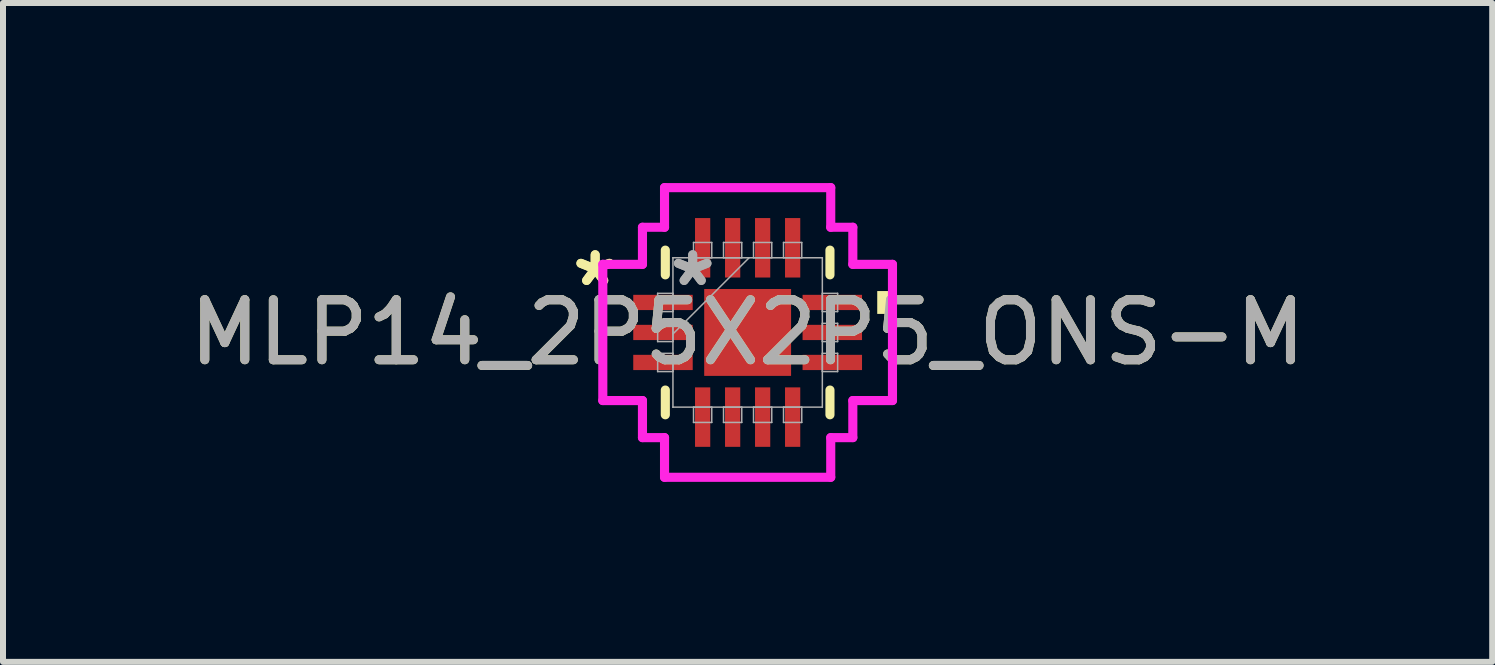
<source format=kicad_pcb>
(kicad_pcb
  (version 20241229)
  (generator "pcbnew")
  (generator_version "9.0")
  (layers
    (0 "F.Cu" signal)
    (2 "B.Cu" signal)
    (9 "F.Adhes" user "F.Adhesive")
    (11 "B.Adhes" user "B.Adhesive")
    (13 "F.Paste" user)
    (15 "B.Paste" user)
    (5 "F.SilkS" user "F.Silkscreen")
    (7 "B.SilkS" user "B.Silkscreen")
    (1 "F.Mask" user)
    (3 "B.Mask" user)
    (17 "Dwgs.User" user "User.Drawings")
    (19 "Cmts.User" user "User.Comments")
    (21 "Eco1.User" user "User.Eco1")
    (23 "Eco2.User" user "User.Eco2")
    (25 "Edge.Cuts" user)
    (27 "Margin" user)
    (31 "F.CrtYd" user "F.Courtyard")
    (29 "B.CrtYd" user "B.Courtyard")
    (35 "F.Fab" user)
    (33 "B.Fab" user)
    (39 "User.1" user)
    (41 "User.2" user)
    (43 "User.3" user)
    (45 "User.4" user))
  (footprint "MLP14_2P5X2P5_ONS-M"
    (layer "F.Cu")
    (at 9.411 2.491)
    (property "Reference" "MLP14_2P5X2P5_ONS-M" (at 0 0 0) (unlocked yes) (layer "F.SilkS") (effects (font (size 1 1) (thickness 0.15))))
    (attr smd)
    (fp_line (start -1.372 -1.372) (end -1.372 -0.96) (stroke (width 0.152) (type solid)) (layer "F.SilkS"))
    (fp_line (start -1.372 0.96) (end -1.372 1.372) (stroke (width 0.152) (type solid)) (layer "F.SilkS"))
    (fp_line (start 1.372 -0.96) (end 1.372 -1.372) (stroke (width 0.152) (type solid)) (layer "F.SilkS"))
    (fp_line (start 1.372 1.372) (end 1.372 0.96) (stroke (width 0.152) (type solid)) (layer "F.SilkS"))
    (fp_poly (pts (xy 2.414 -0.69) (xy 2.414 -0.309) (xy 2.16 -0.309) (xy 2.16 -0.69)) (stroke (width 0) (type solid)) (fill yes) (layer "F.SilkS"))
    (fp_line (start -2.414 -1.135) (end -1.753 -1.135) (stroke (width 0.152) (type solid)) (layer "F.CrtYd"))
    (fp_line (start -2.414 1.135) (end -2.414 -1.135) (stroke (width 0.152) (type solid)) (layer "F.CrtYd"))
    (fp_line (start -1.753 -1.753) (end -1.385 -1.753) (stroke (width 0.152) (type solid)) (layer "F.CrtYd"))
    (fp_line (start -1.753 -1.135) (end -1.753 -1.753) (stroke (width 0.152) (type solid)) (layer "F.CrtYd"))
    (fp_line (start -1.753 1.135) (end -2.414 1.135) (stroke (width 0.152) (type solid)) (layer "F.CrtYd"))
    (fp_line (start -1.753 1.753) (end -1.753 1.135) (stroke (width 0.152) (type solid)) (layer "F.CrtYd"))
    (fp_line (start -1.385 -2.414) (end 1.385 -2.414) (stroke (width 0.152) (type solid)) (layer "F.CrtYd"))
    (fp_line (start -1.385 -1.753) (end -1.385 -2.414) (stroke (width 0.152) (type solid)) (layer "F.CrtYd"))
    (fp_line (start -1.385 1.753) (end -1.753 1.753) (stroke (width 0.152) (type solid)) (layer "F.CrtYd"))
    (fp_line (start -1.385 2.414) (end -1.385 1.753) (stroke (width 0.152) (type solid)) (layer "F.CrtYd"))
    (fp_line (start 1.385 -2.414) (end 1.385 -1.753) (stroke (width 0.152) (type solid)) (layer "F.CrtYd"))
    (fp_line (start 1.385 -1.753) (end 1.753 -1.753) (stroke (width 0.152) (type solid)) (layer "F.CrtYd"))
    (fp_line (start 1.385 1.753) (end 1.385 2.414) (stroke (width 0.152) (type solid)) (layer "F.CrtYd"))
    (fp_line (start 1.385 2.414) (end -1.385 2.414) (stroke (width 0.152) (type solid)) (layer "F.CrtYd"))
    (fp_line (start 1.753 -1.753) (end 1.753 -1.135) (stroke (width 0.152) (type solid)) (layer "F.CrtYd"))
    (fp_line (start 1.753 -1.135) (end 2.414 -1.135) (stroke (width 0.152) (type solid)) (layer "F.CrtYd"))
    (fp_line (start 1.753 1.135) (end 1.753 1.753) (stroke (width 0.152) (type solid)) (layer "F.CrtYd"))
    (fp_line (start 1.753 1.753) (end 1.385 1.753) (stroke (width 0.152) (type solid)) (layer "F.CrtYd"))
    (fp_line (start 2.414 -1.135) (end 2.414 1.135) (stroke (width 0.152) (type solid)) (layer "F.CrtYd"))
    (fp_line (start 2.414 1.135) (end 1.753 1.135) (stroke (width 0.152) (type solid)) (layer "F.CrtYd"))
    (fp_line (start -1.5 -0.652) (end -1.5 -0.348) (stroke (width 0.025) (type solid)) (layer "F.Fab"))
    (fp_line (start -1.5 -0.348) (end -1.245 -0.348) (stroke (width 0.025) (type solid)) (layer "F.Fab"))
    (fp_line (start -1.5 -0.152) (end -1.5 0.152) (stroke (width 0.025) (type solid)) (layer "F.Fab"))
    (fp_line (start -1.5 0.152) (end -1.245 0.152) (stroke (width 0.025) (type solid)) (layer "F.Fab"))
    (fp_line (start -1.5 0.348) (end -1.5 0.652) (stroke (width 0.025) (type solid)) (layer "F.Fab"))
    (fp_line (start -1.5 0.652) (end -1.245 0.652) (stroke (width 0.025) (type solid)) (layer "F.Fab"))
    (fp_line (start -1.245 -1.245) (end -1.245 -1.245) (stroke (width 0.025) (type solid)) (layer "F.Fab"))
    (fp_line (start -1.245 -1.245) (end -1.245 1.245) (stroke (width 0.025) (type solid)) (layer "F.Fab"))
    (fp_line (start -1.245 -0.652) (end -1.5 -0.652) (stroke (width 0.025) (type solid)) (layer "F.Fab"))
    (fp_line (start -1.245 -0.348) (end -1.245 -0.652) (stroke (width 0.025) (type solid)) (layer "F.Fab"))
    (fp_line (start -1.245 -0.152) (end -1.5 -0.152) (stroke (width 0.025) (type solid)) (layer "F.Fab"))
    (fp_line (start -1.245 0.025) (end 0.025 -1.245) (stroke (width 0.025) (type solid)) (layer "F.Fab"))
    (fp_line (start -1.245 0.152) (end -1.245 -0.152) (stroke (width 0.025) (type solid)) (layer "F.Fab"))
    (fp_line (start -1.245 0.348) (end -1.5 0.348) (stroke (width 0.025) (type solid)) (layer "F.Fab"))
    (fp_line (start -1.245 0.652) (end -1.245 0.348) (stroke (width 0.025) (type solid)) (layer "F.Fab"))
    (fp_line (start -1.245 1.245) (end -1.245 1.245) (stroke (width 0.025) (type solid)) (layer "F.Fab"))
    (fp_line (start -1.245 1.245) (end 1.245 1.245) (stroke (width 0.025) (type solid)) (layer "F.Fab"))
    (fp_line (start -0.902 -1.5) (end -0.902 -1.245) (stroke (width 0.025) (type solid)) (layer "F.Fab"))
    (fp_line (start -0.902 -1.245) (end -0.598 -1.245) (stroke (width 0.025) (type solid)) (layer "F.Fab"))
    (fp_line (start -0.902 1.245) (end -0.902 1.5) (stroke (width 0.025) (type solid)) (layer "F.Fab"))
    (fp_line (start -0.902 1.5) (end -0.598 1.5) (stroke (width 0.025) (type solid)) (layer "F.Fab"))
    (fp_line (start -0.598 -1.5) (end -0.902 -1.5) (stroke (width 0.025) (type solid)) (layer "F.Fab"))
    (fp_line (start -0.598 -1.245) (end -0.598 -1.5) (stroke (width 0.025) (type solid)) (layer "F.Fab"))
    (fp_line (start -0.598 1.245) (end -0.902 1.245) (stroke (width 0.025) (type solid)) (layer "F.Fab"))
    (fp_line (start -0.598 1.5) (end -0.598 1.245) (stroke (width 0.025) (type solid)) (layer "F.Fab"))
    (fp_line (start -0.402 -1.5) (end -0.402 -1.245) (stroke (width 0.025) (type solid)) (layer "F.Fab"))
    (fp_line (start -0.402 -1.245) (end -0.098 -1.245) (stroke (width 0.025) (type solid)) (layer "F.Fab"))
    (fp_line (start -0.402 1.245) (end -0.402 1.5) (stroke (width 0.025) (type solid)) (layer "F.Fab"))
    (fp_line (start -0.402 1.5) (end -0.098 1.5) (stroke (width 0.025) (type solid)) (layer "F.Fab"))
    (fp_line (start -0.098 -1.5) (end -0.402 -1.5) (stroke (width 0.025) (type solid)) (layer "F.Fab"))
    (fp_line (start -0.098 -1.245) (end -0.098 -1.5) (stroke (width 0.025) (type solid)) (layer "F.Fab"))
    (fp_line (start -0.098 1.245) (end -0.402 1.245) (stroke (width 0.025) (type solid)) (layer "F.Fab"))
    (fp_line (start -0.098 1.5) (end -0.098 1.245) (stroke (width 0.025) (type solid)) (layer "F.Fab"))
    (fp_line (start 0.098 -1.5) (end 0.098 -1.245) (stroke (width 0.025) (type solid)) (layer "F.Fab"))
    (fp_line (start 0.098 -1.245) (end 0.402 -1.245) (stroke (width 0.025) (type solid)) (layer "F.Fab"))
    (fp_line (start 0.098 1.245) (end 0.098 1.5) (stroke (width 0.025) (type solid)) (layer "F.Fab"))
    (fp_line (start 0.098 1.5) (end 0.402 1.5) (stroke (width 0.025) (type solid)) (layer "F.Fab"))
    (fp_line (start 0.402 -1.5) (end 0.098 -1.5) (stroke (width 0.025) (type solid)) (layer "F.Fab"))
    (fp_line (start 0.402 -1.245) (end 0.402 -1.5) (stroke (width 0.025) (type solid)) (layer "F.Fab"))
    (fp_line (start 0.402 1.245) (end 0.098 1.245) (stroke (width 0.025) (type solid)) (layer "F.Fab"))
    (fp_line (start 0.402 1.5) (end 0.402 1.245) (stroke (width 0.025) (type solid)) (layer "F.Fab"))
    (fp_line (start 0.598 -1.5) (end 0.598 -1.245) (stroke (width 0.025) (type solid)) (layer "F.Fab"))
    (fp_line (start 0.598 -1.245) (end 0.902 -1.245) (stroke (width 0.025) (type solid)) (layer "F.Fab"))
    (fp_line (start 0.598 1.245) (end 0.598 1.5) (stroke (width 0.025) (type solid)) (layer "F.Fab"))
    (fp_line (start 0.598 1.5) (end 0.902 1.5) (stroke (width 0.025) (type solid)) (layer "F.Fab"))
    (fp_line (start 0.902 -1.5) (end 0.598 -1.5) (stroke (width 0.025) (type solid)) (layer "F.Fab"))
    (fp_line (start 0.902 -1.245) (end 0.902 -1.5) (stroke (width 0.025) (type solid)) (layer "F.Fab"))
    (fp_line (start 0.902 1.245) (end 0.598 1.245) (stroke (width 0.025) (type solid)) (layer "F.Fab"))
    (fp_line (start 0.902 1.5) (end 0.902 1.245) (stroke (width 0.025) (type solid)) (layer "F.Fab"))
    (fp_line (start 1.245 -1.245) (end -1.245 -1.245) (stroke (width 0.025) (type solid)) (layer "F.Fab"))
    (fp_line (start 1.245 -1.245) (end 1.245 -1.245) (stroke (width 0.025) (type solid)) (layer "F.Fab"))
    (fp_line (start 1.245 -0.652) (end 1.245 -0.348) (stroke (width 0.025) (type solid)) (layer "F.Fab"))
    (fp_line (start 1.245 -0.348) (end 1.5 -0.348) (stroke (width 0.025) (type solid)) (layer "F.Fab"))
    (fp_line (start 1.245 -0.152) (end 1.245 0.152) (stroke (width 0.025) (type solid)) (layer "F.Fab"))
    (fp_line (start 1.245 0.152) (end 1.5 0.152) (stroke (width 0.025) (type solid)) (layer "F.Fab"))
    (fp_line (start 1.245 0.348) (end 1.245 0.652) (stroke (width 0.025) (type solid)) (layer "F.Fab"))
    (fp_line (start 1.245 0.652) (end 1.5 0.652) (stroke (width 0.025) (type solid)) (layer "F.Fab"))
    (fp_line (start 1.245 1.245) (end 1.245 -1.245) (stroke (width 0.025) (type solid)) (layer "F.Fab"))
    (fp_line (start 1.245 1.245) (end 1.245 1.245) (stroke (width 0.025) (type solid)) (layer "F.Fab"))
    (fp_line (start 1.5 -0.652) (end 1.245 -0.652) (stroke (width 0.025) (type solid)) (layer "F.Fab"))
    (fp_line (start 1.5 -0.348) (end 1.5 -0.652) (stroke (width 0.025) (type solid)) (layer "F.Fab"))
    (fp_line (start 1.5 -0.152) (end 1.245 -0.152) (stroke (width 0.025) (type solid)) (layer "F.Fab"))
    (fp_line (start 1.5 0.152) (end 1.5 -0.152) (stroke (width 0.025) (type solid)) (layer "F.Fab"))
    (fp_line (start 1.5 0.348) (end 1.245 0.348) (stroke (width 0.025) (type solid)) (layer "F.Fab"))
    (fp_line (start 1.5 0.652) (end 1.5 0.348) (stroke (width 0.025) (type solid)) (layer "F.Fab"))
    (fp_text user "*" (at -2.541 -0.75 0) (layer "F.SilkS") (effects (font (size 1 1) (thickness 0.15))))
    (fp_text user "*" (at -2.541 -0.75 0) (unlocked yes) (layer "F.SilkS") (effects (font (size 1 1) (thickness 0.15))))
    (fp_text user "*" (at -0.916 -0.75 0) (layer "F.Fab") (effects (font (size 1 1) (thickness 0.15))))
    (fp_text user "${REFERENCE}" (at 0 0 0) (unlocked yes) (layer "F.Fab") (effects (font (size 1 1) (thickness 0.15))))
    (fp_text user "*" (at -0.916 -0.75 0) (unlocked yes) (layer "F.Fab") (effects (font (size 1 1) (thickness 0.15))))
    (pad "1" smd rect (at -1.411 -0.5 90) (size 0.254 0.991) (layers "F.Cu" "F.Mask" "F.Paste"))
    (pad "2" smd rect (at -1.411 0 90) (size 0.254 0.991) (layers "F.Cu" "F.Mask" "F.Paste"))
    (pad "3" smd rect (at -1.411 0.5 90) (size 0.254 0.991) (layers "F.Cu" "F.Mask" "F.Paste"))
    (pad "4" smd rect (at -0.75 1.411) (size 0.254 0.991) (layers "F.Cu" "F.Mask" "F.Paste"))
    (pad "5" smd rect (at -0.25 1.411) (size 0.254 0.991) (layers "F.Cu" "F.Mask" "F.Paste"))
    (pad "6" smd rect (at 0.25 1.411) (size 0.254 0.991) (layers "F.Cu" "F.Mask" "F.Paste"))
    (pad "7" smd rect (at 0.75 1.411) (size 0.254 0.991) (layers "F.Cu" "F.Mask" "F.Paste"))
    (pad "8" smd rect (at 1.411 0.5 90) (size 0.254 0.991) (layers "F.Cu" "F.Mask" "F.Paste"))
    (pad "9" smd rect (at 1.411 0 90) (size 0.254 0.991) (layers "F.Cu" "F.Mask" "F.Paste"))
    (pad "10" smd rect (at 1.411 -0.5 90) (size 0.254 0.991) (layers "F.Cu" "F.Mask" "F.Paste"))
    (pad "11" smd rect (at 0.75 -1.411) (size 0.254 0.991) (layers "F.Cu" "F.Mask" "F.Paste"))
    (pad "12" smd rect (at 0.25 -1.411) (size 0.254 0.991) (layers "F.Cu" "F.Mask" "F.Paste"))
    (pad "13" smd rect (at -0.25 -1.411) (size 0.254 0.991) (layers "F.Cu" "F.Mask" "F.Paste"))
    (pad "14" smd rect (at -0.75 -1.411) (size 0.254 0.991) (layers "F.Cu" "F.Mask" "F.Paste"))
    (pad "15" smd rect (at 0 0) (size 1.448 1.448) (layers "F.Cu" "F.Mask" "F.Paste")))
  (gr_rect
    (start -3 -3)
    (end 21.821 7.981)
    (stroke (width 0.1) (type default))
    (fill no)
    (layer "Edge.Cuts")))
</source>
